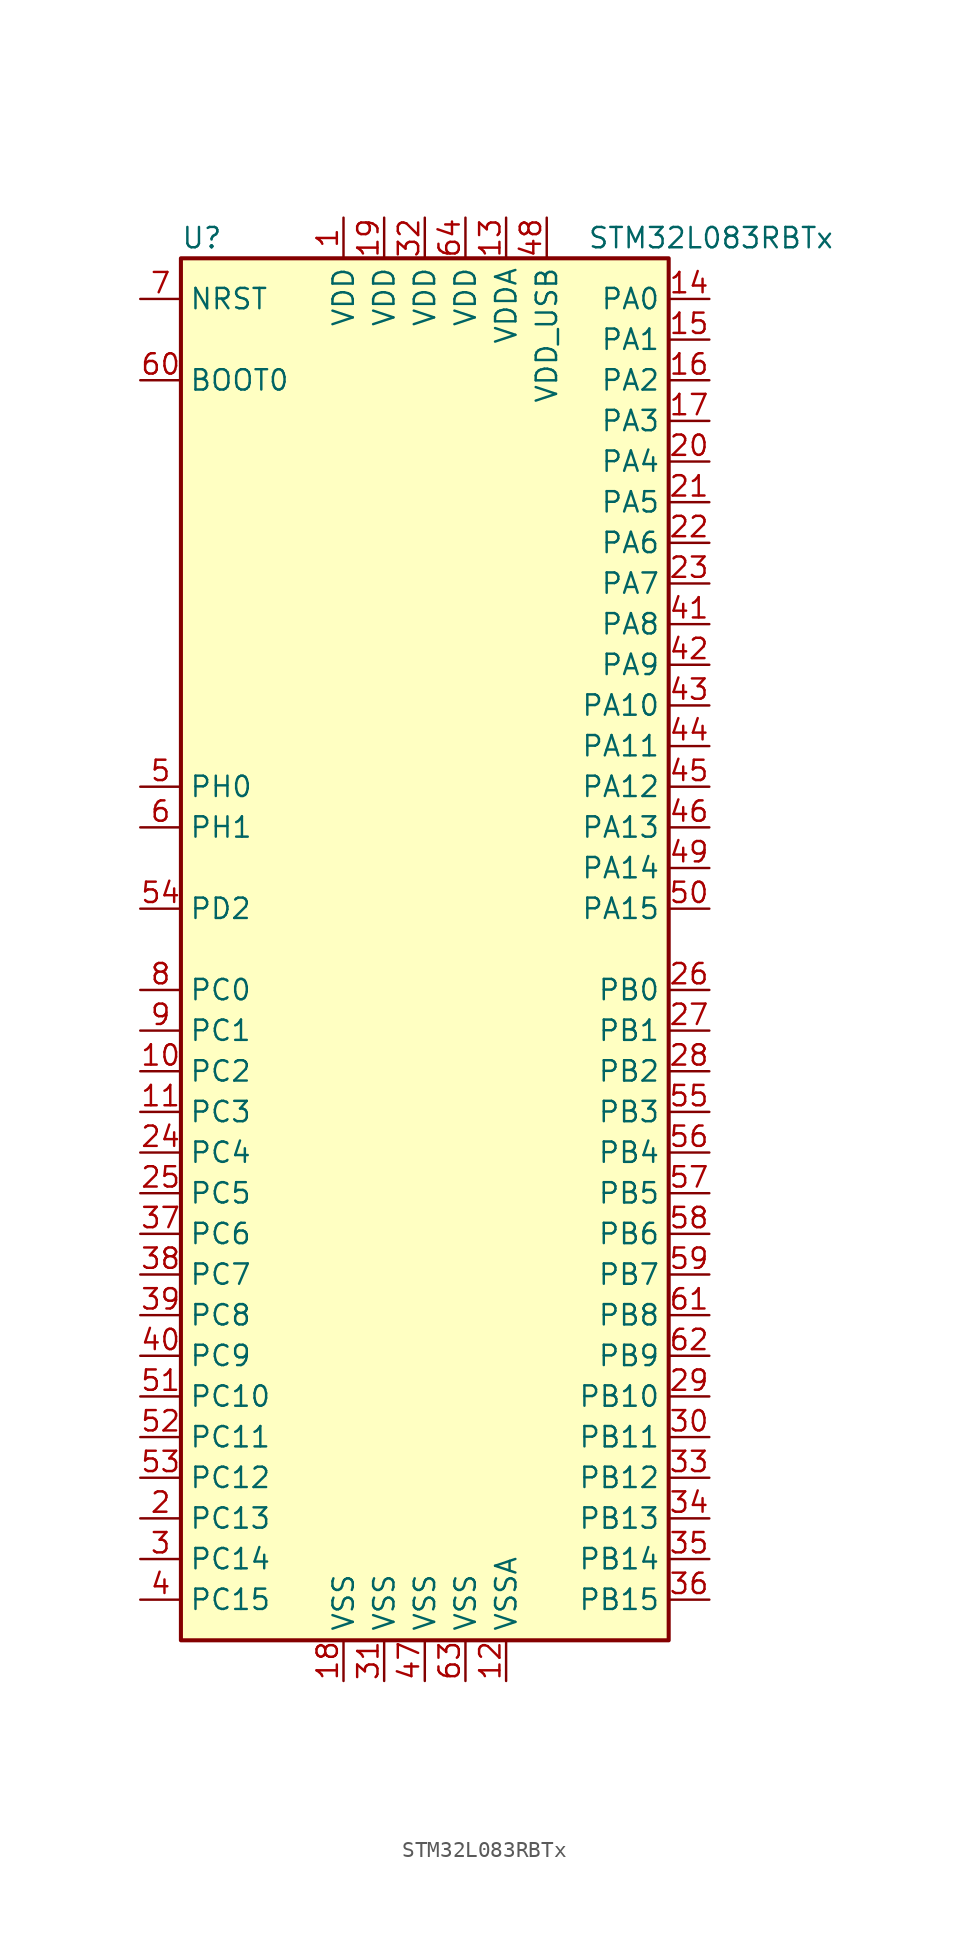
<source format=kicad_sym>
(kicad_symbol_lib
  (version 20201005)
  (generator kicad_symbol_editor)
  (symbol "MCU_ST_STM32L0:STM32L083RBTx"
    (property "Reference" "U"
      (at -15.24 44.45 0)
      (effects (font (size 1.27 1.27)) (justify left)))
    (property "Value" "STM32L083RBTx"
      (at 10.16 44.45 0)
      (effects (font (size 1.27 1.27)) (justify left)))
    (symbol "STM32L083RBTx_0_1"
      (rectangle (start -15.24 -43.18) (end 15.24 43.18) (stroke (width 0.254)) (fill (type background))))
    (symbol "STM32L083RBTx_1_1"
      (pin input line (at -17.78 35.56 0) (length 2.54) (name "BOOT0" (effects (font (size 1.27 1.27)))) (number "60" (effects (font (size 1.27 1.27)))))
      (pin input line (at -17.78 40.64 0) (length 2.54) (name "NRST" (effects (font (size 1.27 1.27)))) (number "7" (effects (font (size 1.27 1.27)))))
      (pin bidirectional line (at 17.78 40.64 180) (length 2.54) (name "PA0" (effects (font (size 1.27 1.27)))) (number "14" (effects (font (size 1.27 1.27)))))
      (pin bidirectional line (at 17.78 38.1 180) (length 2.54) (name "PA1" (effects (font (size 1.27 1.27)))) (number "15" (effects (font (size 1.27 1.27)))))
      (pin bidirectional line (at 17.78 15.24 180) (length 2.54) (name "PA10" (effects (font (size 1.27 1.27)))) (number "43" (effects (font (size 1.27 1.27)))))
      (pin bidirectional line (at 17.78 12.7 180) (length 2.54) (name "PA11" (effects (font (size 1.27 1.27)))) (number "44" (effects (font (size 1.27 1.27)))))
      (pin bidirectional line (at 17.78 10.16 180) (length 2.54) (name "PA12" (effects (font (size 1.27 1.27)))) (number "45" (effects (font (size 1.27 1.27)))))
      (pin bidirectional line (at 17.78 7.62 180) (length 2.54) (name "PA13" (effects (font (size 1.27 1.27)))) (number "46" (effects (font (size 1.27 1.27)))))
      (pin bidirectional line (at 17.78 5.08 180) (length 2.54) (name "PA14" (effects (font (size 1.27 1.27)))) (number "49" (effects (font (size 1.27 1.27)))))
      (pin bidirectional line (at 17.78 2.54 180) (length 2.54) (name "PA15" (effects (font (size 1.27 1.27)))) (number "50" (effects (font (size 1.27 1.27)))))
      (pin bidirectional line (at 17.78 35.56 180) (length 2.54) (name "PA2" (effects (font (size 1.27 1.27)))) (number "16" (effects (font (size 1.27 1.27)))))
      (pin bidirectional line (at 17.78 33.02 180) (length 2.54) (name "PA3" (effects (font (size 1.27 1.27)))) (number "17" (effects (font (size 1.27 1.27)))))
      (pin bidirectional line (at 17.78 30.48 180) (length 2.54) (name "PA4" (effects (font (size 1.27 1.27)))) (number "20" (effects (font (size 1.27 1.27)))))
      (pin bidirectional line (at 17.78 27.94 180) (length 2.54) (name "PA5" (effects (font (size 1.27 1.27)))) (number "21" (effects (font (size 1.27 1.27)))))
      (pin bidirectional line (at 17.78 25.4 180) (length 2.54) (name "PA6" (effects (font (size 1.27 1.27)))) (number "22" (effects (font (size 1.27 1.27)))))
      (pin bidirectional line (at 17.78 22.86 180) (length 2.54) (name "PA7" (effects (font (size 1.27 1.27)))) (number "23" (effects (font (size 1.27 1.27)))))
      (pin bidirectional line (at 17.78 20.32 180) (length 2.54) (name "PA8" (effects (font (size 1.27 1.27)))) (number "41" (effects (font (size 1.27 1.27)))))
      (pin bidirectional line (at 17.78 17.78 180) (length 2.54) (name "PA9" (effects (font (size 1.27 1.27)))) (number "42" (effects (font (size 1.27 1.27)))))
      (pin bidirectional line (at 17.78 -2.54 180) (length 2.54) (name "PB0" (effects (font (size 1.27 1.27)))) (number "26" (effects (font (size 1.27 1.27)))))
      (pin bidirectional line (at 17.78 -5.08 180) (length 2.54) (name "PB1" (effects (font (size 1.27 1.27)))) (number "27" (effects (font (size 1.27 1.27)))))
      (pin bidirectional line (at 17.78 -27.94 180) (length 2.54) (name "PB10" (effects (font (size 1.27 1.27)))) (number "29" (effects (font (size 1.27 1.27)))))
      (pin bidirectional line (at 17.78 -30.48 180) (length 2.54) (name "PB11" (effects (font (size 1.27 1.27)))) (number "30" (effects (font (size 1.27 1.27)))))
      (pin bidirectional line (at 17.78 -33.02 180) (length 2.54) (name "PB12" (effects (font (size 1.27 1.27)))) (number "33" (effects (font (size 1.27 1.27)))))
      (pin bidirectional line (at 17.78 -35.56 180) (length 2.54) (name "PB13" (effects (font (size 1.27 1.27)))) (number "34" (effects (font (size 1.27 1.27)))))
      (pin bidirectional line (at 17.78 -38.1 180) (length 2.54) (name "PB14" (effects (font (size 1.27 1.27)))) (number "35" (effects (font (size 1.27 1.27)))))
      (pin bidirectional line (at 17.78 -40.64 180) (length 2.54) (name "PB15" (effects (font (size 1.27 1.27)))) (number "36" (effects (font (size 1.27 1.27)))))
      (pin bidirectional line (at 17.78 -7.62 180) (length 2.54) (name "PB2" (effects (font (size 1.27 1.27)))) (number "28" (effects (font (size 1.27 1.27)))))
      (pin bidirectional line (at 17.78 -10.16 180) (length 2.54) (name "PB3" (effects (font (size 1.27 1.27)))) (number "55" (effects (font (size 1.27 1.27)))))
      (pin bidirectional line (at 17.78 -12.7 180) (length 2.54) (name "PB4" (effects (font (size 1.27 1.27)))) (number "56" (effects (font (size 1.27 1.27)))))
      (pin bidirectional line (at 17.78 -15.24 180) (length 2.54) (name "PB5" (effects (font (size 1.27 1.27)))) (number "57" (effects (font (size 1.27 1.27)))))
      (pin bidirectional line (at 17.78 -17.78 180) (length 2.54) (name "PB6" (effects (font (size 1.27 1.27)))) (number "58" (effects (font (size 1.27 1.27)))))
      (pin bidirectional line (at 17.78 -20.32 180) (length 2.54) (name "PB7" (effects (font (size 1.27 1.27)))) (number "59" (effects (font (size 1.27 1.27)))))
      (pin bidirectional line (at 17.78 -22.86 180) (length 2.54) (name "PB8" (effects (font (size 1.27 1.27)))) (number "61" (effects (font (size 1.27 1.27)))))
      (pin bidirectional line (at 17.78 -25.4 180) (length 2.54) (name "PB9" (effects (font (size 1.27 1.27)))) (number "62" (effects (font (size 1.27 1.27)))))
      (pin bidirectional line (at -17.78 -2.54 0) (length 2.54) (name "PC0" (effects (font (size 1.27 1.27)))) (number "8" (effects (font (size 1.27 1.27)))))
      (pin bidirectional line (at -17.78 -5.08 0) (length 2.54) (name "PC1" (effects (font (size 1.27 1.27)))) (number "9" (effects (font (size 1.27 1.27)))))
      (pin bidirectional line (at -17.78 -27.94 0) (length 2.54) (name "PC10" (effects (font (size 1.27 1.27)))) (number "51" (effects (font (size 1.27 1.27)))))
      (pin bidirectional line (at -17.78 -30.48 0) (length 2.54) (name "PC11" (effects (font (size 1.27 1.27)))) (number "52" (effects (font (size 1.27 1.27)))))
      (pin bidirectional line (at -17.78 -33.02 0) (length 2.54) (name "PC12" (effects (font (size 1.27 1.27)))) (number "53" (effects (font (size 1.27 1.27)))))
      (pin bidirectional line (at -17.78 -35.56 0) (length 2.54) (name "PC13" (effects (font (size 1.27 1.27)))) (number "2" (effects (font (size 1.27 1.27)))))
      (pin bidirectional line (at -17.78 -38.1 0) (length 2.54) (name "PC14" (effects (font (size 1.27 1.27)))) (number "3" (effects (font (size 1.27 1.27)))))
      (pin bidirectional line (at -17.78 -40.64 0) (length 2.54) (name "PC15" (effects (font (size 1.27 1.27)))) (number "4" (effects (font (size 1.27 1.27)))))
      (pin bidirectional line (at -17.78 -7.62 0) (length 2.54) (name "PC2" (effects (font (size 1.27 1.27)))) (number "10" (effects (font (size 1.27 1.27)))))
      (pin bidirectional line (at -17.78 -10.16 0) (length 2.54) (name "PC3" (effects (font (size 1.27 1.27)))) (number "11" (effects (font (size 1.27 1.27)))))
      (pin bidirectional line (at -17.78 -12.7 0) (length 2.54) (name "PC4" (effects (font (size 1.27 1.27)))) (number "24" (effects (font (size 1.27 1.27)))))
      (pin bidirectional line (at -17.78 -15.24 0) (length 2.54) (name "PC5" (effects (font (size 1.27 1.27)))) (number "25" (effects (font (size 1.27 1.27)))))
      (pin bidirectional line (at -17.78 -17.78 0) (length 2.54) (name "PC6" (effects (font (size 1.27 1.27)))) (number "37" (effects (font (size 1.27 1.27)))))
      (pin bidirectional line (at -17.78 -20.32 0) (length 2.54) (name "PC7" (effects (font (size 1.27 1.27)))) (number "38" (effects (font (size 1.27 1.27)))))
      (pin bidirectional line (at -17.78 -22.86 0) (length 2.54) (name "PC8" (effects (font (size 1.27 1.27)))) (number "39" (effects (font (size 1.27 1.27)))))
      (pin bidirectional line (at -17.78 -25.4 0) (length 2.54) (name "PC9" (effects (font (size 1.27 1.27)))) (number "40" (effects (font (size 1.27 1.27)))))
      (pin bidirectional line (at -17.78 2.54 0) (length 2.54) (name "PD2" (effects (font (size 1.27 1.27)))) (number "54" (effects (font (size 1.27 1.27)))))
      (pin input line (at -17.78 10.16 0) (length 2.54) (name "PH0" (effects (font (size 1.27 1.27)))) (number "5" (effects (font (size 1.27 1.27)))))
      (pin input line (at -17.78 7.62 0) (length 2.54) (name "PH1" (effects (font (size 1.27 1.27)))) (number "6" (effects (font (size 1.27 1.27)))))
      (pin power_in line (at -5.08 45.72 270) (length 2.54) (name "VDD" (effects (font (size 1.27 1.27)))) (number "1" (effects (font (size 1.27 1.27)))))
      (pin power_in line (at -2.54 45.72 270) (length 2.54) (name "VDD" (effects (font (size 1.27 1.27)))) (number "19" (effects (font (size 1.27 1.27)))))
      (pin power_in line (at 0 45.72 270) (length 2.54) (name "VDD" (effects (font (size 1.27 1.27)))) (number "32" (effects (font (size 1.27 1.27)))))
      (pin power_in line (at 2.54 45.72 270) (length 2.54) (name "VDD" (effects (font (size 1.27 1.27)))) (number "64" (effects (font (size 1.27 1.27)))))
      (pin power_in line (at 5.08 45.72 270) (length 2.54) (name "VDDA" (effects (font (size 1.27 1.27)))) (number "13" (effects (font (size 1.27 1.27)))))
      (pin power_in line (at 7.62 45.72 270) (length 2.54) (name "VDD_USB" (effects (font (size 1.27 1.27)))) (number "48" (effects (font (size 1.27 1.27)))))
      (pin power_in line (at -5.08 -45.72 90) (length 2.54) (name "VSS" (effects (font (size 1.27 1.27)))) (number "18" (effects (font (size 1.27 1.27)))))
      (pin power_in line (at -2.54 -45.72 90) (length 2.54) (name "VSS" (effects (font (size 1.27 1.27)))) (number "31" (effects (font (size 1.27 1.27)))))
      (pin power_in line (at 0 -45.72 90) (length 2.54) (name "VSS" (effects (font (size 1.27 1.27)))) (number "47" (effects (font (size 1.27 1.27)))))
      (pin power_in line (at 2.54 -45.72 90) (length 2.54) (name "VSS" (effects (font (size 1.27 1.27)))) (number "63" (effects (font (size 1.27 1.27)))))
      (pin power_in line (at 5.08 -45.72 90) (length 2.54) (name "VSSA" (effects (font (size 1.27 1.27)))) (number "12" (effects (font (size 1.27 1.27))))))))
</source>
